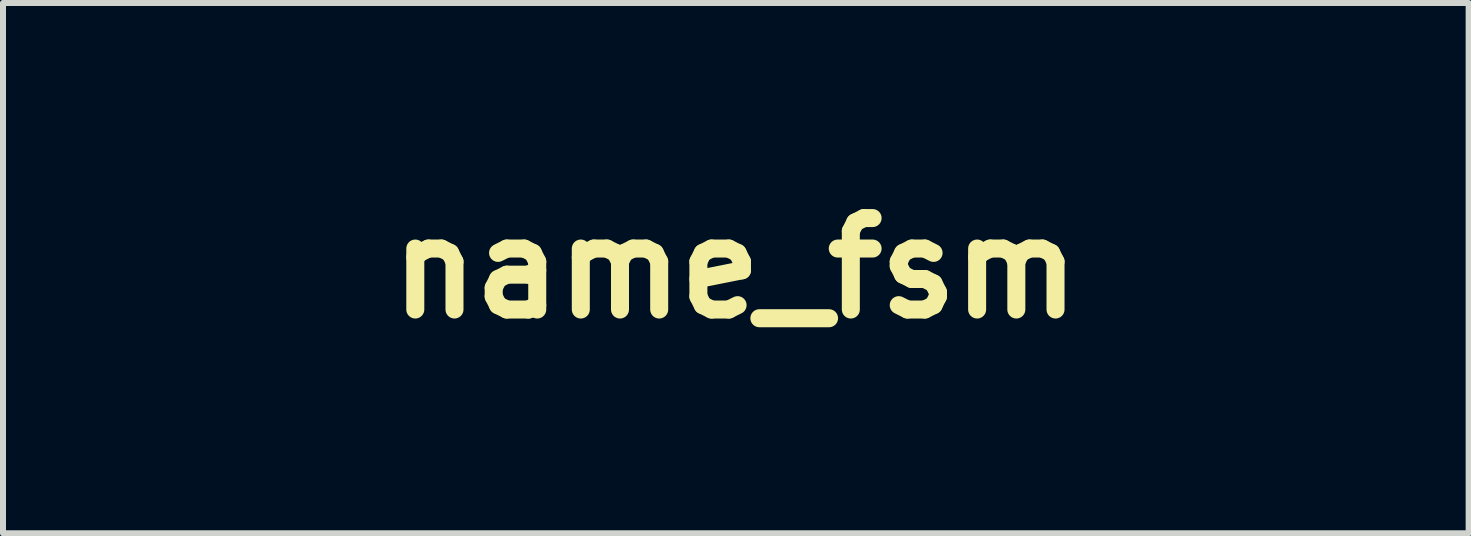
<source format=kicad_pcb>
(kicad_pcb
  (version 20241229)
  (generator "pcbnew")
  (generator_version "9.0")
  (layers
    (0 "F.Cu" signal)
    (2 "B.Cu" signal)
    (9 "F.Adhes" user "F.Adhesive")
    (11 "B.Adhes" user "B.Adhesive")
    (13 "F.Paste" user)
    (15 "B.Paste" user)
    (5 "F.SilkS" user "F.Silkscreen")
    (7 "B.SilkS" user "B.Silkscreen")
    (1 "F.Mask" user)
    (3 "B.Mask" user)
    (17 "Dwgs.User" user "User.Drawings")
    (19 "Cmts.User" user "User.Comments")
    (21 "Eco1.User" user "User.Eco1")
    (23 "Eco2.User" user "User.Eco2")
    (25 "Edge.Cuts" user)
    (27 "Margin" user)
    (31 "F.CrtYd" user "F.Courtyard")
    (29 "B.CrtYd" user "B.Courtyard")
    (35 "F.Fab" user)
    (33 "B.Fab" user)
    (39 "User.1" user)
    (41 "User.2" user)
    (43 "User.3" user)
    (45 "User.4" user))
  (footprint "name_fsm"
    (layer "F.Cu")
    (at 9.204 1.418)
    (property "Reference" "name_fsm" (at 0 0 0) (layer "F.SilkS") (effects (font (size 1.524 1.524) (thickness 0.3))))
    (attr board_only exclude_from_pos_files exclude_from_bom)
    (fp_poly (pts (xy -1.475 -0.486) (xy -1.645 -0.486) (xy -1.645 -0.656) (xy -1.475 -0.656)) (stroke (width 0) (type solid)) (fill yes) (layer "F.Mask"))
    (fp_poly (pts (xy -1.475 0.566) (xy -1.645 0.566) (xy -1.645 -0.306) (xy -1.475 -0.306)) (stroke (width 0) (type solid)) (fill yes) (layer "F.Mask"))
    (fp_poly (pts (xy -1.043 -0.146) (xy -1.043 -0.033) (xy -1.043 0.064) (xy -1.043 0.146) (xy -1.042 0.213) (xy -1.041 0.267) (xy -1.039 0.311) (xy -1.036 0.344) (xy -1.032 0.368) (xy -1.026 0.385) (xy -1.019 0.396) (xy -1.01 0.402) (xy -0.999 0.405) (xy -0.986 0.405) (xy -0.97 0.405) (xy -0.962 0.405) (xy -0.908 0.405) (xy -0.908 0.575) (xy -0.973 0.575) (xy -1.01 0.573) (xy -1.044 0.57) (xy -1.067 0.567) (xy -1.119 0.546) (xy -1.162 0.509) (xy -1.182 0.481) (xy -1.209 0.437) (xy -1.212 -0.109) (xy -1.214 -0.656) (xy -1.043 -0.656)) (stroke (width 0) (type solid)) (fill yes) (layer "F.Mask"))
    (fp_poly (pts (xy 0.764 -0.798) (xy 0.78 -0.795) (xy 0.782 -0.794) (xy 0.779 -0.784) (xy 0.771 -0.759) (xy 0.757 -0.72) (xy 0.738 -0.667) (xy 0.715 -0.602) (xy 0.688 -0.525) (xy 0.658 -0.439) (xy 0.624 -0.345) (xy 0.588 -0.243) (xy 0.55 -0.134) (xy 0.51 -0.021) (xy 0.5 0.004) (xy 0.219 0.796) (xy 0.136 0.798) (xy 0.1 0.799) (xy 0.073 0.798) (xy 0.057 0.795) (xy 0.054 0.794) (xy 0.057 0.784) (xy 0.066 0.759) (xy 0.08 0.72) (xy 0.098 0.667) (xy 0.121 0.602) (xy 0.148 0.525) (xy 0.179 0.439) (xy 0.212 0.345) (xy 0.248 0.243) (xy 0.287 0.134) (xy 0.327 0.021) (xy 0.336 -0.004) (xy 0.618 -0.796) (xy 0.7 -0.798) (xy 0.736 -0.799)) (stroke (width 0) (type solid)) (fill yes) (layer "F.Mask"))
    (fp_poly (pts (xy 6.417 -0.314) (xy 6.457 -0.308) (xy 6.492 -0.295) (xy 6.51 -0.287) (xy 6.536 -0.273) (xy 6.55 -0.261) (xy 6.554 -0.247) (xy 6.546 -0.227) (xy 6.528 -0.199) (xy 6.509 -0.173) (xy 6.455 -0.1) (xy 6.423 -0.122) (xy 6.379 -0.143) (xy 6.33 -0.152) (xy 6.282 -0.15) (xy 6.23 -0.136) (xy 6.19 -0.108) (xy 6.162 -0.066) (xy 6.15 -0.031) (xy 6.148 -0.013) (xy 6.146 0.02) (xy 6.144 0.066) (xy 6.143 0.122) (xy 6.142 0.187) (xy 6.141 0.256) (xy 6.141 0.285) (xy 6.141 0.566) (xy 5.97 0.566) (xy 5.97 -0.306) (xy 6.141 -0.306) (xy 6.141 -0.186) (xy 6.177 -0.228) (xy 6.228 -0.273) (xy 6.287 -0.303) (xy 6.351 -0.315) (xy 6.368 -0.316)) (stroke (width 0) (type solid)) (fill yes) (layer "F.Mask"))
    (fp_poly (pts (xy -7.058 -0.306) (xy -6.923 -0.306) (xy -6.923 -0.154) (xy -6.988 -0.151) (xy -7.054 -0.148) (xy -7.056 0.103) (xy -7.056 0.184) (xy -7.057 0.248) (xy -7.056 0.299) (xy -7.053 0.336) (xy -7.049 0.363) (xy -7.043 0.381) (xy -7.033 0.393) (xy -7.02 0.399) (xy -7.004 0.401) (xy -6.983 0.403) (xy -6.979 0.403) (xy -6.923 0.405) (xy -6.923 0.575) (xy -6.993 0.575) (xy -7.034 0.573) (xy -7.074 0.568) (xy -7.104 0.561) (xy -7.105 0.561) (xy -7.147 0.539) (xy -7.184 0.504) (xy -7.21 0.461) (xy -7.219 0.436) (xy -7.222 0.414) (xy -7.225 0.376) (xy -7.227 0.323) (xy -7.228 0.255) (xy -7.229 0.176) (xy -7.229 0.122) (xy -7.229 -0.153) (xy -7.319 -0.153) (xy -7.319 -0.306) (xy -7.229 -0.306) (xy -7.229 -0.557) (xy -7.058 -0.557)) (stroke (width 0) (type solid)) (fill yes) (layer "F.Mask"))
    (fp_poly (pts (xy -7.537 -0.314) (xy -7.503 -0.307) (xy -7.467 -0.295) (xy -7.435 -0.28) (xy -7.412 -0.266) (xy -7.402 -0.255) (xy -7.406 -0.244) (xy -7.418 -0.222) (xy -7.437 -0.192) (xy -7.459 -0.159) (xy -7.484 -0.125) (xy -7.505 -0.1) (xy -7.512 -0.102) (xy -7.527 -0.114) (xy -7.529 -0.116) (xy -7.567 -0.14) (xy -7.613 -0.152) (xy -7.662 -0.153) (xy -7.709 -0.141) (xy -7.751 -0.12) (xy -7.784 -0.088) (xy -7.793 -0.072) (xy -7.799 -0.061) (xy -7.803 -0.049) (xy -7.806 -0.036) (xy -7.809 -0.018) (xy -7.811 0.006) (xy -7.812 0.038) (xy -7.813 0.081) (xy -7.813 0.135) (xy -7.813 0.205) (xy -7.813 0.267) (xy -7.813 0.566) (xy -7.993 0.566) (xy -7.993 -0.306) (xy -7.813 -0.306) (xy -7.813 -0.196) (xy -7.773 -0.236) (xy -7.719 -0.28) (xy -7.66 -0.306) (xy -7.594 -0.317)) (stroke (width 0) (type solid)) (fill yes) (layer "F.Mask"))
    (fp_poly (pts (xy -5.29 -0.314) (xy -5.254 -0.31) (xy -5.235 -0.306) (xy -5.209 -0.297) (xy -5.182 -0.283) (xy -5.158 -0.269) (xy -5.142 -0.256) (xy -5.139 -0.25) (xy -5.144 -0.241) (xy -5.157 -0.221) (xy -5.177 -0.193) (xy -5.192 -0.172) (xy -5.216 -0.139) (xy -5.233 -0.119) (xy -5.245 -0.109) (xy -5.253 -0.108) (xy -5.26 -0.112) (xy -5.299 -0.137) (xy -5.347 -0.15) (xy -5.397 -0.152) (xy -5.447 -0.143) (xy -5.489 -0.122) (xy -5.509 -0.106) (xy -5.521 -0.092) (xy -5.531 -0.078) (xy -5.539 -0.061) (xy -5.545 -0.041) (xy -5.55 -0.014) (xy -5.553 0.02) (xy -5.555 0.065) (xy -5.556 0.122) (xy -5.556 0.192) (xy -5.557 0.276) (xy -5.557 0.566) (xy -5.727 0.566) (xy -5.727 -0.306) (xy -5.557 -0.306) (xy -5.557 -0.19) (xy -5.516 -0.233) (xy -5.464 -0.277) (xy -5.406 -0.304) (xy -5.342 -0.315) (xy -5.327 -0.316)) (stroke (width 0) (type solid)) (fill yes) (layer "F.Mask"))
    (fp_poly (pts (xy 5.489 -0.308) (xy 5.554 -0.286) (xy 5.608 -0.249) (xy 5.651 -0.199) (xy 5.682 -0.134) (xy 5.695 -0.09) (xy 5.699 -0.069) (xy 5.703 -0.043) (xy 5.705 -0.01) (xy 5.707 0.032) (xy 5.708 0.086) (xy 5.709 0.153) (xy 5.709 0.235) (xy 5.709 0.267) (xy 5.709 0.566) (xy 5.539 0.566) (xy 5.539 0.297) (xy 5.538 0.215) (xy 5.537 0.142) (xy 5.536 0.079) (xy 5.533 0.03) (xy 5.531 -0.005) (xy 5.529 -0.019) (xy 5.509 -0.07) (xy 5.477 -0.11) (xy 5.434 -0.137) (xy 5.38 -0.15) (xy 5.327 -0.15) (xy 5.271 -0.137) (xy 5.228 -0.112) (xy 5.201 -0.079) (xy 5.197 -0.07) (xy 5.193 -0.06) (xy 5.189 -0.046) (xy 5.187 -0.027) (xy 5.185 -0.001) (xy 5.184 0.035) (xy 5.183 0.082) (xy 5.182 0.142) (xy 5.181 0.217) (xy 5.181 0.258) (xy 5.178 0.566) (xy 5.008 0.566) (xy 5.008 -0.306) (xy 5.179 -0.306) (xy 5.179 -0.194) (xy 5.222 -0.236) (xy 5.272 -0.278) (xy 5.325 -0.303) (xy 5.385 -0.315) (xy 5.414 -0.316)) (stroke (width 0) (type solid)) (fill yes) (layer "F.Mask"))
    (fp_poly (pts (xy -2.515 -0.306) (xy -2.423 -0.306) (xy -2.321 -0.007) (xy -2.297 0.063) (xy -2.275 0.127) (xy -2.255 0.184) (xy -2.238 0.232) (xy -2.225 0.268) (xy -2.216 0.291) (xy -2.213 0.298) (xy -2.209 0.292) (xy -2.2 0.27) (xy -2.186 0.235) (xy -2.169 0.188) (xy -2.149 0.132) (xy -2.126 0.068) (xy -2.103 0.002) (xy -1.999 -0.301) (xy -1.907 -0.304) (xy -1.869 -0.304) (xy -1.839 -0.303) (xy -1.821 -0.301) (xy -1.818 -0.299) (xy -1.821 -0.289) (xy -1.831 -0.264) (xy -1.845 -0.226) (xy -1.864 -0.175) (xy -1.887 -0.114) (xy -1.913 -0.045) (xy -1.942 0.032) (xy -1.973 0.114) (xy -1.982 0.138) (xy -2.143 0.566) (xy -2.276 0.566) (xy -2.288 0.537) (xy -2.294 0.522) (xy -2.305 0.492) (xy -2.321 0.45) (xy -2.342 0.396) (xy -2.365 0.333) (xy -2.392 0.263) (xy -2.42 0.188) (xy -2.435 0.148) (xy -2.465 0.07) (xy -2.493 -0.005) (xy -2.518 -0.074) (xy -2.541 -0.135) (xy -2.561 -0.186) (xy -2.576 -0.226) (xy -2.586 -0.252) (xy -2.588 -0.258) (xy -2.607 -0.306)) (stroke (width 0) (type solid)) (fill yes) (layer "F.Mask"))
    (fp_poly (pts (xy -6.517 -0.011) (xy -6.516 0.069) (xy -6.515 0.134) (xy -6.514 0.185) (xy -6.513 0.224) (xy -6.511 0.253) (xy -6.509 0.275) (xy -6.506 0.292) (xy -6.502 0.305) (xy -6.497 0.317) (xy -6.492 0.328) (xy -6.465 0.368) (xy -6.43 0.395) (xy -6.385 0.409) (xy -6.327 0.412) (xy -6.323 0.412) (xy -6.276 0.407) (xy -6.241 0.394) (xy -6.212 0.373) (xy -6.193 0.349) (xy -6.184 0.336) (xy -6.177 0.32) (xy -6.171 0.299) (xy -6.167 0.272) (xy -6.164 0.237) (xy -6.161 0.192) (xy -6.16 0.134) (xy -6.159 0.062) (xy -6.159 -0.025) (xy -6.159 -0.306) (xy -5.988 -0.306) (xy -5.988 0.566) (xy -6.159 0.566) (xy -6.159 0.459) (xy -6.196 0.499) (xy -6.223 0.525) (xy -6.254 0.548) (xy -6.271 0.557) (xy -6.317 0.572) (xy -6.371 0.58) (xy -6.428 0.579) (xy -6.472 0.572) (xy -6.534 0.547) (xy -6.588 0.508) (xy -6.633 0.456) (xy -6.665 0.395) (xy -6.669 0.384) (xy -6.673 0.369) (xy -6.676 0.351) (xy -6.679 0.329) (xy -6.681 0.299) (xy -6.683 0.26) (xy -6.685 0.21) (xy -6.686 0.148) (xy -6.687 0.071) (xy -6.687 0.016) (xy -6.69 -0.306) (xy -6.52 -0.306)) (stroke (width 0) (type solid)) (fill yes) (layer "F.Mask"))
    (fp_poly (pts (xy 3.365 -0.656) (xy 3.434 -0.656) (xy 3.499 -0.655) (xy 3.557 -0.653) (xy 3.606 -0.652) (xy 3.643 -0.65) (xy 3.665 -0.647) (xy 3.667 -0.647) (xy 3.742 -0.621) (xy 3.807 -0.581) (xy 3.861 -0.528) (xy 3.902 -0.463) (xy 3.929 -0.389) (xy 3.937 -0.342) (xy 3.941 -0.258) (xy 3.93 -0.178) (xy 3.906 -0.105) (xy 3.869 -0.042) (xy 3.82 0.011) (xy 3.798 0.027) (xy 3.768 0.047) (xy 3.738 0.062) (xy 3.707 0.074) (xy 3.671 0.083) (xy 3.627 0.089) (xy 3.573 0.093) (xy 3.506 0.096) (xy 3.464 0.097) (xy 3.273 0.101) (xy 3.273 0.566) (xy 3.102 0.566) (xy 3.102 -0.496) (xy 3.273 -0.496) (xy 3.273 -0.072) (xy 3.446 -0.072) (xy 3.508 -0.072) (xy 3.555 -0.073) (xy 3.59 -0.075) (xy 3.615 -0.078) (xy 3.635 -0.081) (xy 3.65 -0.087) (xy 3.655 -0.089) (xy 3.701 -0.119) (xy 3.734 -0.16) (xy 3.754 -0.213) (xy 3.761 -0.278) (xy 3.761 -0.283) (xy 3.754 -0.349) (xy 3.734 -0.402) (xy 3.699 -0.444) (xy 3.671 -0.465) (xy 3.656 -0.473) (xy 3.642 -0.48) (xy 3.626 -0.485) (xy 3.606 -0.488) (xy 3.579 -0.49) (xy 3.541 -0.491) (xy 3.489 -0.492) (xy 3.45 -0.493) (xy 3.273 -0.496) (xy 3.102 -0.496) (xy 3.102 -0.656)) (stroke (width 0) (type solid)) (fill yes) (layer "F.Mask"))
    (fp_poly (pts (xy -2.891 -0.074) (xy -2.855 0.024) (xy -2.82 0.118) (xy -2.787 0.206) (xy -2.757 0.287) (xy -2.731 0.359) (xy -2.708 0.421) (xy -2.689 0.472) (xy -2.675 0.509) (xy -2.666 0.532) (xy -2.664 0.538) (xy -2.652 0.567) (xy -2.748 0.565) (xy -2.843 0.562) (xy -2.886 0.439) (xy -2.902 0.395) (xy -2.916 0.356) (xy -2.927 0.326) (xy -2.934 0.309) (xy -2.935 0.307) (xy -2.944 0.303) (xy -2.969 0.301) (xy -3.009 0.299) (xy -3.065 0.297) (xy -3.138 0.297) (xy -3.183 0.297) (xy -3.424 0.297) (xy -3.451 0.371) (xy -3.466 0.415) (xy -3.482 0.462) (xy -3.496 0.502) (xy -3.497 0.506) (xy -3.517 0.566) (xy -3.611 0.566) (xy -3.649 0.566) (xy -3.68 0.566) (xy -3.7 0.565) (xy -3.704 0.564) (xy -3.701 0.555) (xy -3.693 0.531) (xy -3.679 0.493) (xy -3.66 0.442) (xy -3.637 0.379) (xy -3.61 0.306) (xy -3.58 0.224) (xy -3.547 0.135) (xy -3.547 0.135) (xy -3.371 0.135) (xy -3.182 0.135) (xy -3.126 0.135) (xy -3.077 0.134) (xy -3.037 0.132) (xy -3.009 0.131) (xy -2.995 0.129) (xy -2.994 0.128) (xy -2.997 0.118) (xy -3.005 0.094) (xy -3.018 0.056) (xy -3.034 0.008) (xy -3.054 -0.049) (xy -3.076 -0.113) (xy -3.087 -0.147) (xy -3.18 -0.416) (xy -3.255 -0.197) (xy -3.276 -0.134) (xy -3.297 -0.073) (xy -3.316 -0.018) (xy -3.332 0.028) (xy -3.344 0.063) (xy -3.35 0.079) (xy -3.371 0.135) (xy -3.547 0.135) (xy -3.512 0.04) (xy -3.48 -0.045) (xy -3.256 -0.652) (xy -3.181 -0.654) (xy -3.106 -0.657)) (stroke (width 0) (type solid)) (fill yes) (layer "F.Mask"))
    (fp_poly (pts (xy 8.914 -0.313) (xy 8.969 -0.304) (xy 8.993 -0.297) (xy 9.056 -0.264) (xy 9.109 -0.216) (xy 9.152 -0.155) (xy 9.184 -0.079) (xy 9.204 0.009) (xy 9.213 0.097) (xy 9.219 0.198) (xy 8.943 0.198) (xy 8.865 0.198) (xy 8.804 0.198) (xy 8.757 0.198) (xy 8.722 0.199) (xy 8.698 0.201) (xy 8.682 0.203) (xy 8.673 0.205) (xy 8.669 0.209) (xy 8.668 0.214) (xy 8.667 0.216) (xy 8.675 0.266) (xy 8.695 0.314) (xy 8.726 0.356) (xy 8.763 0.388) (xy 8.798 0.404) (xy 8.869 0.414) (xy 8.941 0.407) (xy 9.009 0.384) (xy 9.045 0.363) (xy 9.082 0.339) (xy 9.138 0.395) (xy 9.193 0.451) (xy 9.162 0.478) (xy 9.114 0.512) (xy 9.056 0.542) (xy 8.994 0.564) (xy 8.965 0.571) (xy 8.917 0.58) (xy 8.875 0.583) (xy 8.83 0.579) (xy 8.794 0.574) (xy 8.722 0.554) (xy 8.656 0.521) (xy 8.6 0.476) (xy 8.557 0.421) (xy 8.554 0.417) (xy 8.532 0.372) (xy 8.517 0.321) (xy 8.506 0.26) (xy 8.5 0.185) (xy 8.5 0.184) (xy 8.5 0.075) (xy 8.501 0.063) (xy 8.667 0.063) (xy 9.054 0.063) (xy 9.049 0.034) (xy 9.03 -0.035) (xy 9.003 -0.09) (xy 8.966 -0.129) (xy 8.921 -0.153) (xy 8.869 -0.162) (xy 8.809 -0.154) (xy 8.799 -0.151) (xy 8.757 -0.13) (xy 8.72 -0.095) (xy 8.691 -0.05) (xy 8.673 -0.00048) (xy 8.667 0.042) (xy 8.667 0.063) (xy 8.501 0.063) (xy 8.511 -0.021) (xy 8.535 -0.105) (xy 8.57 -0.174) (xy 8.617 -0.231) (xy 8.675 -0.273) (xy 8.743 -0.301) (xy 8.794 -0.312) (xy 8.854 -0.316)) (stroke (width 0) (type solid)) (fill yes) (layer "F.Mask"))
    (fp_poly (pts (xy -4.586 -0.309) (xy -4.512 -0.29) (xy -4.45 -0.257) (xy -4.399 -0.211) (xy -4.384 -0.192) (xy -4.354 -0.142) (xy -4.332 -0.084) (xy -4.318 -0.015) (xy -4.31 0.069) (xy -4.31 0.071) (xy -4.309 0.179) (xy -4.316 0.271) (xy -4.334 0.351) (xy -4.361 0.417) (xy -4.399 0.471) (xy -4.448 0.515) (xy -4.484 0.537) (xy -4.559 0.567) (xy -4.64 0.581) (xy -4.726 0.579) (xy -4.771 0.571) (xy -4.823 0.557) (xy -4.866 0.537) (xy -4.905 0.509) (xy -4.924 0.492) (xy -4.96 0.454) (xy -4.988 0.414) (xy -5.008 0.367) (xy -5.022 0.312) (xy -5.031 0.246) (xy -5.035 0.166) (xy -5.035 0.13) (xy -4.864 0.13) (xy -4.861 0.212) (xy -4.849 0.278) (xy -4.83 0.33) (xy -4.803 0.368) (xy -4.766 0.394) (xy -4.762 0.396) (xy -4.724 0.408) (xy -4.678 0.413) (xy -4.633 0.412) (xy -4.597 0.404) (xy -4.559 0.381) (xy -4.526 0.346) (xy -4.503 0.303) (xy -4.5 0.293) (xy -4.494 0.263) (xy -4.49 0.219) (xy -4.487 0.168) (xy -4.487 0.114) (xy -4.488 0.061) (xy -4.491 0.016) (xy -4.495 -0.018) (xy -4.497 -0.022) (xy -4.519 -0.074) (xy -4.554 -0.114) (xy -4.599 -0.139) (xy -4.654 -0.151) (xy -4.69 -0.151) (xy -4.743 -0.141) (xy -4.785 -0.121) (xy -4.818 -0.09) (xy -4.841 -0.046) (xy -4.856 0.011) (xy -4.863 0.084) (xy -4.864 0.13) (xy -5.035 0.13) (xy -5.035 0.129) (xy -5.033 0.044) (xy -5.027 -0.025) (xy -5.016 -0.082) (xy -4.999 -0.13) (xy -4.976 -0.172) (xy -4.948 -0.207) (xy -4.899 -0.253) (xy -4.844 -0.285) (xy -4.78 -0.305) (xy -4.705 -0.314) (xy -4.671 -0.315)) (stroke (width 0) (type solid)) (fill yes) (layer "F.Mask"))
    (fp_poly (pts (xy 4.481 -0.312) (xy 4.542 -0.298) (xy 4.596 -0.272) (xy 4.644 -0.234) (xy 4.654 -0.223) (xy 4.694 -0.173) (xy 4.726 -0.114) (xy 4.748 -0.044) (xy 4.764 0.039) (xy 4.771 0.11) (xy 4.777 0.198) (xy 4.499 0.2) (xy 4.221 0.202) (xy 4.224 0.234) (xy 4.23 0.259) (xy 4.241 0.292) (xy 4.251 0.314) (xy 4.269 0.346) (xy 4.289 0.367) (xy 4.318 0.386) (xy 4.325 0.389) (xy 4.352 0.402) (xy 4.374 0.41) (xy 4.399 0.413) (xy 4.432 0.412) (xy 4.446 0.411) (xy 4.509 0.403) (xy 4.565 0.384) (xy 4.621 0.35) (xy 4.624 0.348) (xy 4.633 0.345) (xy 4.644 0.347) (xy 4.66 0.359) (xy 4.683 0.381) (xy 4.695 0.393) (xy 4.751 0.449) (xy 4.72 0.476) (xy 4.654 0.521) (xy 4.578 0.555) (xy 4.495 0.576) (xy 4.412 0.582) (xy 4.365 0.578) (xy 4.288 0.56) (xy 4.219 0.527) (xy 4.16 0.481) (xy 4.113 0.424) (xy 4.08 0.357) (xy 4.076 0.347) (xy 4.069 0.314) (xy 4.063 0.268) (xy 4.059 0.213) (xy 4.057 0.154) (xy 4.056 0.095) (xy 4.057 0.063) (xy 4.226 0.063) (xy 4.603 0.063) (xy 4.603 0.042) (xy 4.598 0.004) (xy 4.583 -0.04) (xy 4.563 -0.081) (xy 4.548 -0.102) (xy 4.509 -0.137) (xy 4.465 -0.157) (xy 4.418 -0.162) (xy 4.371 -0.155) (xy 4.327 -0.137) (xy 4.287 -0.108) (xy 4.256 -0.069) (xy 4.234 -0.023) (xy 4.226 0.031) (xy 4.226 0.035) (xy 4.226 0.063) (xy 4.057 0.063) (xy 4.058 0.041) (xy 4.062 -0.004) (xy 4.063 -0.015) (xy 4.085 -0.097) (xy 4.12 -0.166) (xy 4.167 -0.224) (xy 4.225 -0.268) (xy 4.294 -0.299) (xy 4.372 -0.314) (xy 4.407 -0.316)) (stroke (width 0) (type solid)) (fill yes) (layer "F.Mask"))
    (fp_poly (pts (xy 2.241 -0.654) (xy 2.322 -0.653) (xy 2.387 -0.651) (xy 2.44 -0.649) (xy 2.482 -0.646) (xy 2.515 -0.642) (xy 2.543 -0.636) (xy 2.568 -0.628) (xy 2.592 -0.619) (xy 2.618 -0.606) (xy 2.626 -0.602) (xy 2.695 -0.557) (xy 2.751 -0.5) (xy 2.794 -0.432) (xy 2.82 -0.362) (xy 2.825 -0.342) (xy 2.829 -0.32) (xy 2.832 -0.295) (xy 2.834 -0.263) (xy 2.835 -0.223) (xy 2.836 -0.171) (xy 2.837 -0.106) (xy 2.837 -0.045) (xy 2.836 0.04) (xy 2.836 0.109) (xy 2.834 0.165) (xy 2.831 0.21) (xy 2.826 0.247) (xy 2.82 0.277) (xy 2.812 0.305) (xy 2.801 0.331) (xy 2.79 0.353) (xy 2.748 0.418) (xy 2.69 0.473) (xy 2.619 0.518) (xy 2.566 0.541) (xy 2.55 0.547) (xy 2.533 0.551) (xy 2.514 0.555) (xy 2.49 0.558) (xy 2.459 0.56) (xy 2.418 0.561) (xy 2.366 0.563) (xy 2.299 0.564) (xy 2.246 0.564) (xy 1.978 0.568) (xy 1.978 -0.497) (xy 2.158 -0.497) (xy 2.158 0.407) (xy 2.313 0.403) (xy 2.371 0.401) (xy 2.415 0.399) (xy 2.447 0.397) (xy 2.472 0.393) (xy 2.492 0.387) (xy 2.511 0.38) (xy 2.516 0.378) (xy 2.561 0.351) (xy 2.602 0.312) (xy 2.633 0.269) (xy 2.643 0.246) (xy 2.647 0.225) (xy 2.651 0.189) (xy 2.654 0.142) (xy 2.657 0.086) (xy 2.659 0.024) (xy 2.66 -0.04) (xy 2.66 -0.103) (xy 2.66 -0.163) (xy 2.659 -0.215) (xy 2.657 -0.258) (xy 2.653 -0.287) (xy 2.653 -0.291) (xy 2.631 -0.355) (xy 2.595 -0.408) (xy 2.545 -0.449) (xy 2.491 -0.476) (xy 2.469 -0.481) (xy 2.433 -0.485) (xy 2.385 -0.489) (xy 2.329 -0.492) (xy 2.308 -0.492) (xy 2.158 -0.497) (xy 1.978 -0.497) (xy 1.978 -0.658)) (stroke (width 0) (type solid)) (fill yes) (layer "F.Mask"))
    (fp_poly (pts (xy 7.087 -0.313) (xy 7.163 -0.297) (xy 7.23 -0.267) (xy 7.287 -0.222) (xy 7.332 -0.165) (xy 7.364 -0.096) (xy 7.381 -0.027) (xy 7.387 0.022) (xy 7.39 0.082) (xy 7.39 0.147) (xy 7.388 0.21) (xy 7.384 0.265) (xy 7.381 0.288) (xy 7.361 0.368) (xy 7.327 0.436) (xy 7.28 0.492) (xy 7.221 0.535) (xy 7.151 0.564) (xy 7.102 0.575) (xy 7.05 0.582) (xy 7.006 0.583) (xy 6.962 0.578) (xy 6.926 0.571) (xy 6.874 0.557) (xy 6.832 0.537) (xy 6.792 0.509) (xy 6.773 0.492) (xy 6.735 0.449) (xy 6.705 0.4) (xy 6.684 0.341) (xy 6.671 0.271) (xy 6.664 0.187) (xy 6.663 0.132) (xy 6.842 0.132) (xy 6.843 0.186) (xy 6.843 0.226) (xy 6.845 0.255) (xy 6.848 0.276) (xy 6.853 0.294) (xy 6.86 0.31) (xy 6.867 0.324) (xy 6.898 0.368) (xy 6.937 0.397) (xy 6.987 0.411) (xy 7.024 0.414) (xy 7.059 0.411) (xy 7.091 0.406) (xy 7.106 0.401) (xy 7.139 0.38) (xy 7.17 0.347) (xy 7.194 0.31) (xy 7.201 0.29) (xy 7.205 0.265) (xy 7.208 0.227) (xy 7.21 0.18) (xy 7.211 0.129) (xy 7.21 0.078) (xy 7.208 0.031) (xy 7.205 -0.006) (xy 7.202 -0.029) (xy 7.18 -0.074) (xy 7.147 -0.11) (xy 7.104 -0.136) (xy 7.056 -0.15) (xy 7.005 -0.152) (xy 6.955 -0.142) (xy 6.91 -0.117) (xy 6.901 -0.11) (xy 6.88 -0.089) (xy 6.865 -0.067) (xy 6.855 -0.038) (xy 6.848 -0.002) (xy 6.844 0.046) (xy 6.843 0.107) (xy 6.842 0.132) (xy 6.663 0.132) (xy 6.663 0.13) (xy 6.665 0.042) (xy 6.674 -0.032) (xy 6.688 -0.093) (xy 6.709 -0.146) (xy 6.71 -0.15) (xy 6.75 -0.208) (xy 6.802 -0.254) (xy 6.866 -0.288) (xy 6.94 -0.309) (xy 7.024 -0.316)) (stroke (width 0) (type solid)) (fill yes) (layer "F.Mask"))
    (fp_poly (pts (xy 1.41 -0.483) (xy 1.427 -0.439) (xy 1.448 -0.381) (xy 1.474 -0.311) (xy 1.503 -0.232) (xy 1.535 -0.146) (xy 1.569 -0.056) (xy 1.603 0.037) (xy 1.636 0.126) (xy 1.797 0.562) (xy 1.706 0.565) (xy 1.659 0.565) (xy 1.628 0.563) (xy 1.611 0.559) (xy 1.609 0.556) (xy 1.603 0.544) (xy 1.594 0.518) (xy 1.581 0.482) (xy 1.566 0.439) (xy 1.56 0.421) (xy 1.518 0.297) (xy 1.026 0.297) (xy 1.007 0.357) (xy 0.993 0.396) (xy 0.977 0.443) (xy 0.962 0.488) (xy 0.96 0.492) (xy 0.933 0.566) (xy 0.747 0.566) (xy 0.777 0.483) (xy 0.786 0.46) (xy 0.8 0.421) (xy 0.819 0.369) (xy 0.843 0.305) (xy 0.87 0.232) (xy 0.9 0.151) (xy 0.908 0.128) (xy 1.088 0.128) (xy 1.096 0.13) (xy 1.12 0.132) (xy 1.157 0.133) (xy 1.203 0.134) (xy 1.257 0.135) (xy 1.272 0.135) (xy 1.328 0.135) (xy 1.376 0.134) (xy 1.416 0.132) (xy 1.443 0.131) (xy 1.456 0.129) (xy 1.457 0.128) (xy 1.454 0.118) (xy 1.446 0.094) (xy 1.433 0.056) (xy 1.417 0.008) (xy 1.398 -0.049) (xy 1.376 -0.113) (xy 1.365 -0.146) (xy 1.273 -0.414) (xy 1.261 -0.38) (xy 1.242 -0.325) (xy 1.221 -0.265) (xy 1.199 -0.202) (xy 1.177 -0.139) (xy 1.156 -0.077) (xy 1.137 -0.02) (xy 1.119 0.032) (xy 1.105 0.074) (xy 1.095 0.106) (xy 1.089 0.124) (xy 1.088 0.128) (xy 0.908 0.128) (xy 0.932 0.064) (xy 0.966 -0.027) (xy 0.994 -0.103) (xy 1.027 -0.195) (xy 1.06 -0.281) (xy 1.089 -0.362) (xy 1.116 -0.435) (xy 1.14 -0.499) (xy 1.16 -0.552) (xy 1.175 -0.593) (xy 1.185 -0.62) (xy 1.189 -0.632) (xy 1.194 -0.644) (xy 1.201 -0.651) (xy 1.215 -0.655) (xy 1.239 -0.656) (xy 1.272 -0.656) (xy 1.346 -0.656)) (stroke (width 0) (type solid)) (fill yes) (layer "F.Mask"))
    (fp_poly (pts (xy -8.403 -0.102) (xy -8.367 -0.005) (xy -8.333 0.088) (xy -8.3 0.176) (xy -8.27 0.257) (xy -8.243 0.33) (xy -8.22 0.393) (xy -8.201 0.444) (xy -8.187 0.482) (xy -8.178 0.505) (xy -8.177 0.509) (xy -8.155 0.567) (xy -8.347 0.562) (xy -8.391 0.429) (xy -8.435 0.297) (xy -8.926 0.297) (xy -8.973 0.432) (xy -9.02 0.566) (xy -9.115 0.566) (xy -9.157 0.566) (xy -9.183 0.565) (xy -9.198 0.563) (xy -9.204 0.558) (xy -9.203 0.552) (xy -9.203 0.551) (xy -9.199 0.54) (xy -9.189 0.513) (xy -9.174 0.473) (xy -9.154 0.42) (xy -9.13 0.356) (xy -9.103 0.282) (xy -9.072 0.199) (xy -9.046 0.128) (xy -8.865 0.128) (xy -8.857 0.13) (xy -8.833 0.132) (xy -8.796 0.133) (xy -8.75 0.134) (xy -8.696 0.135) (xy -8.681 0.135) (xy -8.626 0.135) (xy -8.577 0.134) (xy -8.538 0.132) (xy -8.51 0.131) (xy -8.497 0.129) (xy -8.497 0.128) (xy -8.5 0.118) (xy -8.508 0.094) (xy -8.52 0.056) (xy -8.536 0.008) (xy -8.556 -0.048) (xy -8.577 -0.111) (xy -8.585 -0.135) (xy -8.608 -0.2) (xy -8.628 -0.259) (xy -8.646 -0.312) (xy -8.661 -0.354) (xy -8.671 -0.385) (xy -8.677 -0.402) (xy -8.678 -0.404) (xy -8.681 -0.398) (xy -8.69 -0.378) (xy -8.702 -0.345) (xy -8.718 -0.303) (xy -8.736 -0.253) (xy -8.756 -0.198) (xy -8.776 -0.141) (xy -8.796 -0.084) (xy -8.815 -0.029) (xy -8.832 0.022) (xy -8.847 0.065) (xy -8.858 0.099) (xy -8.864 0.121) (xy -8.865 0.128) (xy -9.046 0.128) (xy -9.039 0.11) (xy -9.004 0.015) (xy -8.982 -0.045) (xy -8.946 -0.143) (xy -8.912 -0.236) (xy -8.879 -0.323) (xy -8.85 -0.402) (xy -8.824 -0.472) (xy -8.802 -0.532) (xy -8.784 -0.58) (xy -8.771 -0.616) (xy -8.763 -0.636) (xy -8.762 -0.641) (xy -8.756 -0.649) (xy -8.743 -0.653) (xy -8.721 -0.656) (xy -8.684 -0.656) (xy -8.681 -0.656) (xy -8.607 -0.656)) (stroke (width 0) (type solid)) (fill yes) (layer "F.Mask"))
    (fp_poly (pts (xy -0.339 -0.313) (xy -0.295 -0.305) (xy -0.223 -0.278) (xy -0.165 -0.239) (xy -0.12 -0.188) (xy -0.088 -0.125) (xy -0.073 -0.074) (xy -0.07 -0.049) (xy -0.067 -0.009) (xy -0.065 0.047) (xy -0.064 0.117) (xy -0.063 0.2) (xy -0.063 0.27) (xy -0.063 0.566) (xy -0.234 0.566) (xy -0.234 0.513) (xy -0.276 0.539) (xy -0.338 0.567) (xy -0.411 0.581) (xy -0.493 0.58) (xy -0.538 0.574) (xy -0.611 0.555) (xy -0.671 0.524) (xy -0.717 0.481) (xy -0.74 0.445) (xy -0.749 0.425) (xy -0.755 0.404) (xy -0.758 0.376) (xy -0.76 0.336) (xy -0.76 0.33) (xy -0.601 0.33) (xy -0.594 0.362) (xy -0.592 0.368) (xy -0.566 0.398) (xy -0.53 0.422) (xy -0.502 0.432) (xy -0.475 0.436) (xy -0.436 0.437) (xy -0.392 0.436) (xy -0.349 0.433) (xy -0.312 0.428) (xy -0.292 0.423) (xy -0.268 0.412) (xy -0.252 0.4) (xy -0.241 0.384) (xy -0.236 0.359) (xy -0.234 0.322) (xy -0.234 0.286) (xy -0.234 0.189) (xy -0.362 0.189) (xy -0.426 0.19) (xy -0.476 0.192) (xy -0.513 0.197) (xy -0.54 0.205) (xy -0.561 0.216) (xy -0.575 0.229) (xy -0.591 0.256) (xy -0.599 0.292) (xy -0.601 0.33) (xy -0.76 0.33) (xy -0.76 0.315) (xy -0.759 0.269) (xy -0.757 0.237) (xy -0.752 0.212) (xy -0.744 0.19) (xy -0.738 0.177) (xy -0.715 0.141) (xy -0.686 0.111) (xy -0.681 0.107) (xy -0.653 0.089) (xy -0.625 0.076) (xy -0.592 0.066) (xy -0.553 0.06) (xy -0.503 0.056) (xy -0.44 0.054) (xy -0.394 0.054) (xy -0.234 0.054) (xy -0.234 0.006) (xy -0.241 -0.048) (xy -0.262 -0.095) (xy -0.294 -0.131) (xy -0.31 -0.142) (xy -0.331 -0.152) (xy -0.351 -0.158) (xy -0.376 -0.16) (xy -0.413 -0.16) (xy -0.423 -0.16) (xy -0.469 -0.156) (xy -0.503 -0.15) (xy -0.534 -0.139) (xy -0.552 -0.131) (xy -0.603 -0.106) (xy -0.661 -0.148) (xy -0.693 -0.173) (xy -0.711 -0.192) (xy -0.714 -0.202) (xy -0.701 -0.217) (xy -0.677 -0.236) (xy -0.643 -0.257) (xy -0.606 -0.277) (xy -0.57 -0.293) (xy -0.559 -0.296) (xy -0.512 -0.307) (xy -0.455 -0.314) (xy -0.396 -0.316)) (stroke (width 0) (type solid)) (fill yes) (layer "F.Mask"))
    (fp_poly (pts (xy 7.975 -0.314) (xy 8.033 -0.311) (xy 8.083 -0.304) (xy 8.097 -0.301) (xy 8.128 -0.292) (xy 8.164 -0.279) (xy 8.202 -0.262) (xy 8.238 -0.245) (xy 8.269 -0.229) (xy 8.29 -0.215) (xy 8.299 -0.205) (xy 8.299 -0.205) (xy 8.293 -0.194) (xy 8.279 -0.174) (xy 8.259 -0.148) (xy 8.257 -0.145) (xy 8.235 -0.119) (xy 8.218 -0.099) (xy 8.209 -0.087) (xy 8.208 -0.087) (xy 8.198 -0.087) (xy 8.176 -0.094) (xy 8.149 -0.106) (xy 8.065 -0.141) (xy 7.985 -0.159) (xy 7.909 -0.16) (xy 7.863 -0.152) (xy 7.823 -0.134) (xy 7.793 -0.107) (xy 7.777 -0.072) (xy 7.776 -0.033) (xy 7.777 -0.028) (xy 7.784 -0.01) (xy 7.796 0.005) (xy 7.816 0.016) (xy 7.845 0.024) (xy 7.887 0.032) (xy 7.944 0.038) (xy 7.966 0.04) (xy 8.038 0.048) (xy 8.096 0.056) (xy 8.141 0.066) (xy 8.176 0.077) (xy 8.205 0.091) (xy 8.229 0.108) (xy 8.229 0.108) (xy 8.261 0.139) (xy 8.283 0.172) (xy 8.296 0.211) (xy 8.302 0.26) (xy 8.303 0.301) (xy 8.301 0.359) (xy 8.293 0.404) (xy 8.278 0.441) (xy 8.254 0.474) (xy 8.236 0.493) (xy 8.191 0.526) (xy 8.133 0.553) (xy 8.063 0.571) (xy 7.986 0.581) (xy 7.904 0.581) (xy 7.839 0.575) (xy 7.758 0.556) (xy 7.678 0.524) (xy 7.636 0.501) (xy 7.599 0.479) (xy 7.577 0.462) (xy 7.569 0.446) (xy 7.573 0.429) (xy 7.589 0.406) (xy 7.606 0.385) (xy 7.629 0.358) (xy 7.648 0.337) (xy 7.66 0.326) (xy 7.661 0.325) (xy 7.673 0.328) (xy 7.692 0.339) (xy 7.696 0.341) (xy 7.717 0.355) (xy 7.749 0.372) (xy 7.783 0.389) (xy 7.784 0.389) (xy 7.836 0.408) (xy 7.894 0.419) (xy 7.952 0.423) (xy 8.008 0.419) (xy 8.057 0.409) (xy 8.096 0.391) (xy 8.118 0.372) (xy 8.138 0.335) (xy 8.143 0.295) (xy 8.137 0.269) (xy 8.129 0.254) (xy 8.118 0.241) (xy 8.103 0.231) (xy 8.081 0.222) (xy 8.05 0.215) (xy 8.008 0.208) (xy 7.953 0.2) (xy 7.882 0.192) (xy 7.854 0.189) (xy 7.784 0.178) (xy 7.729 0.162) (xy 7.686 0.139) (xy 7.653 0.107) (xy 7.638 0.086) (xy 7.625 0.064) (xy 7.617 0.045) (xy 7.613 0.023) (xy 7.612 -0.007) (xy 7.611 -0.044) (xy 7.615 -0.106) (xy 7.625 -0.155) (xy 7.645 -0.196) (xy 7.673 -0.232) (xy 7.701 -0.255) (xy 7.74 -0.277) (xy 7.785 -0.296) (xy 7.819 -0.306) (xy 7.862 -0.312) (xy 7.916 -0.315)) (stroke (width 0) (type solid)) (fill yes) (layer "F.Mask")))
  (gr_rect
    (start -3 -3)
    (end 21.422 5.836)
    (stroke (width 0.1) (type default))
    (fill no)
    (layer "Edge.Cuts")))
</source>
